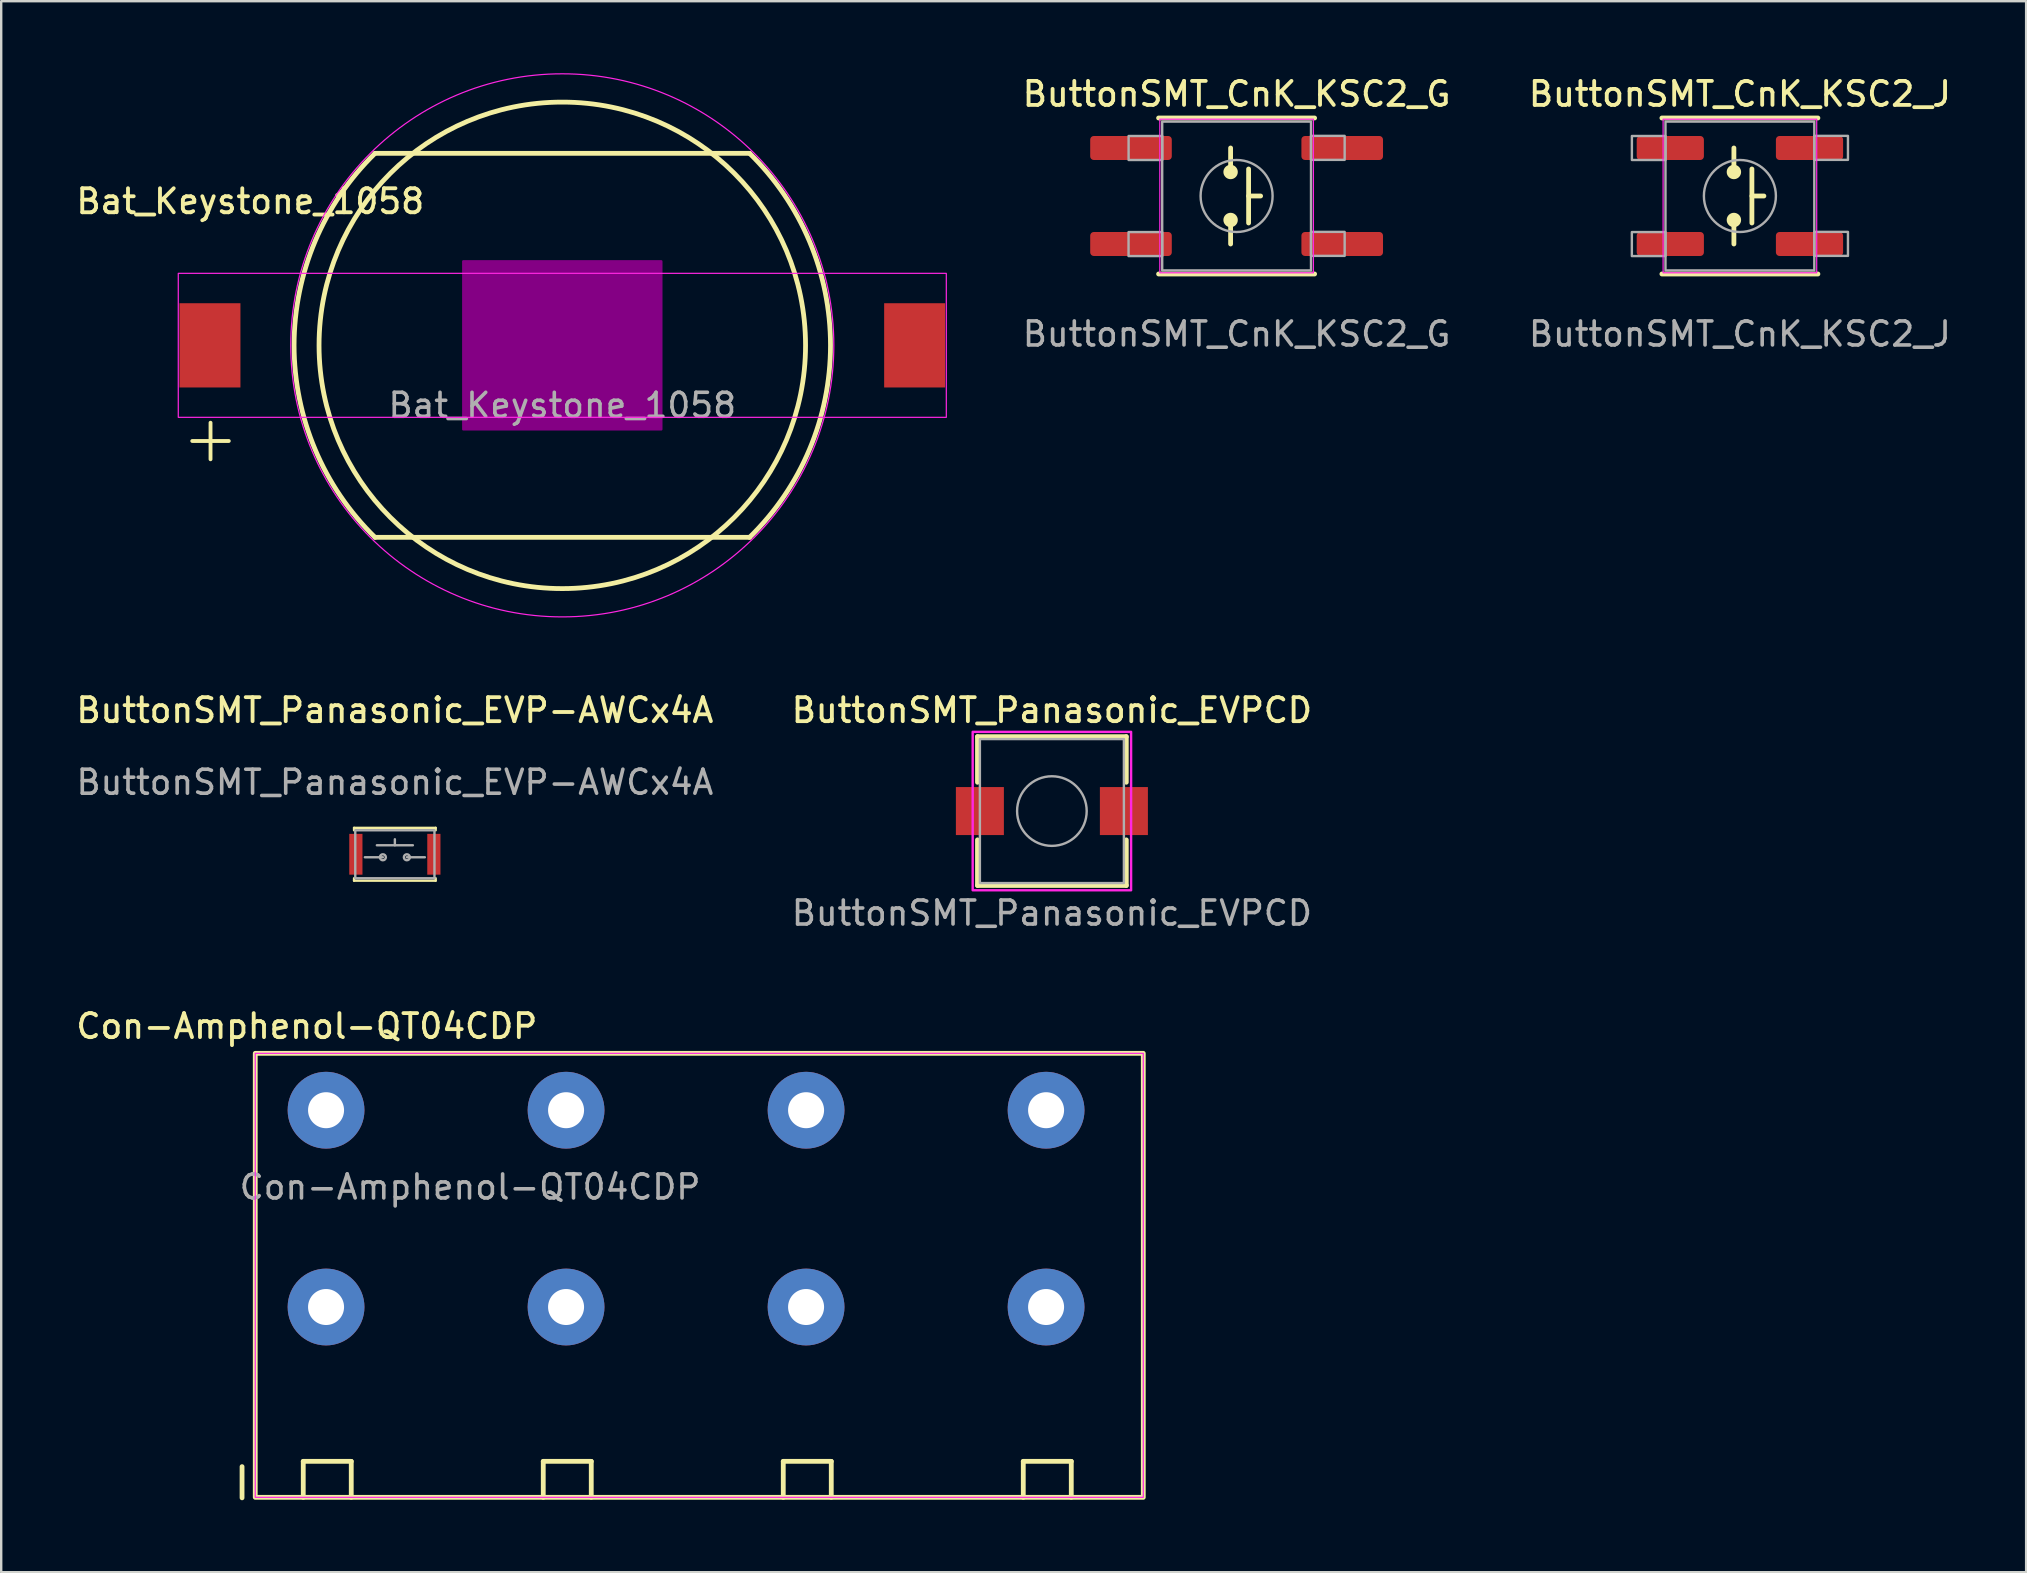
<source format=kicad_pcb>
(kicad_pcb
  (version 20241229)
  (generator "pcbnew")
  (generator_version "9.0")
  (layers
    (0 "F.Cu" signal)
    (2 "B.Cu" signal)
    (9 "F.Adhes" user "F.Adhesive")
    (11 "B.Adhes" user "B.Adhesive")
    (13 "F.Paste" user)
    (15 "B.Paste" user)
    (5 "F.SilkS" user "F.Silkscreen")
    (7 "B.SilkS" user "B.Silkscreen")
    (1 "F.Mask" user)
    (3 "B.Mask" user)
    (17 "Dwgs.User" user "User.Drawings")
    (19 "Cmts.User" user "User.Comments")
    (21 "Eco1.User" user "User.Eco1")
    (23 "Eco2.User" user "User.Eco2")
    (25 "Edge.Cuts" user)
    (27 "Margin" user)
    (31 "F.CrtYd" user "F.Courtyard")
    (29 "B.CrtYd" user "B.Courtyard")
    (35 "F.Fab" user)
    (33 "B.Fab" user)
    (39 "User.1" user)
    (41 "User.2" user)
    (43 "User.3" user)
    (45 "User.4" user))
  (footprint "ButtonSMT_CnK_KSC2_J"
    (layer "F.Cu")
    (at 69.443 5.116)
    (property "Reference" "ButtonSMT_CnK_KSC2_J" (at 0 -4.25 0) (unlocked yes) (layer "F.SilkS") (effects (font (size 1 1) (thickness 0.16))))
    (attr smd)
    (fp_line (start -3.25 -3.25) (end 3.25 -3.25) (stroke (width 0.2) (type solid)) (layer "F.SilkS"))
    (fp_line (start -3.25 3.25) (end 3.25 3.25) (stroke (width 0.2) (type solid)) (layer "F.SilkS"))
    (fp_line (start -0.25 -2) (end -0.25 -1) (stroke (width 0.2) (type solid)) (layer "F.SilkS"))
    (fp_line (start -0.25 2) (end -0.25 1) (stroke (width 0.2) (type solid)) (layer "F.SilkS"))
    (fp_line (start 0.5 -1.125) (end 0.5 1.125) (stroke (width 0.2) (type solid)) (layer "F.SilkS"))
    (fp_line (start 0.5 0) (end 1 0) (stroke (width 0.2) (type solid)) (layer "F.SilkS"))
    (fp_circle (center -0.25 -1) (end -0.5 -1) (stroke (width 0.1) (type solid)) (fill yes) (layer "F.SilkS"))
    (fp_circle (center -0.25 1) (end -0.5 1) (stroke (width 0.1) (type solid)) (fill yes) (layer "F.SilkS"))
    (fp_rect (start -3.2 -3.2) (end 3.2 3.2) (stroke (width 0.05) (type solid)) (fill no) (layer "F.CrtYd"))
    (fp_rect (start -4.502 1.504) (end -3.1 2.504) (stroke (width 0.1) (type default)) (fill no) (layer "F.Fab"))
    (fp_rect (start -4.5 -2.5) (end -3.098 -1.5) (stroke (width 0.1) (type default)) (fill no) (layer "F.Fab"))
    (fp_rect (start -3.1 -3.1) (end 3.1 3.1) (stroke (width 0.1) (type solid)) (fill no) (layer "F.Fab"))
    (fp_rect (start 3.1 -2.505) (end 4.502 -1.505) (stroke (width 0.1) (type default)) (fill no) (layer "F.Fab"))
    (fp_rect (start 3.1 1.496) (end 4.502 2.496) (stroke (width 0.1) (type default)) (fill no) (layer "F.Fab"))
    (fp_circle (center 0 0) (end 1.5 0) (stroke (width 0.1) (type solid)) (fill no) (layer "F.Fab"))
    (fp_text user "${REFERENCE}" (at 0 5.75 0) (unlocked yes) (layer "F.Fab") (effects (font (size 1 1) (thickness 0.15))))
    (pad "1" smd roundrect (at -2.9 -2) (size 2.8 1) (layers "F.Cu" "F.Mask" "F.Paste") (roundrect_rratio 0.15))
    (pad "2" smd roundrect (at -2.9 2) (size 2.8 1) (layers "F.Cu" "F.Mask" "F.Paste") (roundrect_rratio 0.15))
    (pad "3" smd roundrect (at 2.9 -2) (size 2.8 1) (layers "F.Cu" "F.Mask" "F.Paste") (roundrect_rratio 0.15))
    (pad "4" smd roundrect (at 2.9 2) (size 2.8 1) (layers "F.Cu" "F.Mask" "F.Paste") (roundrect_rratio 0.15)))
  (footprint "ButtonSMT_Panasonic_EVPCD"
    (layer "F.Cu")
    (at 40.777 30.743)
    (property "Reference" "ButtonSMT_Panasonic_EVPCD" (at 0 -4.2 0) (unlocked yes) (layer "F.SilkS") (effects (font (size 1 1) (thickness 0.16))))
    (attr smd)
    (fp_line (start -3.1 -3.1) (end 3.1 -3.1) (stroke (width 0.2) (type solid)) (layer "F.SilkS"))
    (fp_line (start -3.1 -1.2) (end -3.1 -3.1) (stroke (width 0.2) (type solid)) (layer "F.SilkS"))
    (fp_line (start -3.1 3.1) (end -3.1 1.2) (stroke (width 0.2) (type solid)) (layer "F.SilkS"))
    (fp_line (start 3.1 -3.1) (end 3.1 -1.2) (stroke (width 0.2) (type solid)) (layer "F.SilkS"))
    (fp_line (start 3.1 1.2) (end 3.1 3.1) (stroke (width 0.2) (type solid)) (layer "F.SilkS"))
    (fp_line (start 3.1 3.1) (end -3.1 3.1) (stroke (width 0.2) (type solid)) (layer "F.SilkS"))
    (fp_rect (start -3.3 -3.3) (end 3.3 3.3) (stroke (width 0.1) (type solid)) (fill no) (layer "F.CrtYd"))
    (fp_rect (start -3 -3) (end 3 3) (stroke (width 0.1) (type default)) (fill no) (layer "F.Fab"))
    (fp_circle (center 0 0) (end 1.45 0) (stroke (width 0.1) (type solid)) (fill no) (layer "F.Fab"))
    (fp_text user "${REFERENCE}" (at 0 4.25 0) (unlocked yes) (layer "F.Fab") (effects (font (size 1 1) (thickness 0.15))))
    (pad "1" smd rect (at -3 0) (size 2 2) (layers "F.Cu" "F.Mask" "F.Paste"))
    (pad "2" smd rect (at 3 0) (size 2 2) (layers "F.Cu" "F.Mask" "F.Paste")))
  (footprint "ButtonSMT_Panasonic_EVP-AWCx4A"
    (layer "F.Cu")
    (at 13.402 32.543)
    (property "Reference" "ButtonSMT_Panasonic_EVP-AWCx4A" (at 0 -6 0) (unlocked yes) (layer "F.SilkS") (effects (font (size 1 1) (thickness 0.16))))
    (attr smd)
    (fp_line (start -1.7 -1.1) (end 1.7 -1.1) (stroke (width 0.1) (type default)) (layer "F.SilkS"))
    (fp_line (start -1.7 -1) (end -1.7 -1.1) (stroke (width 0.1) (type default)) (layer "F.SilkS"))
    (fp_line (start -1.7 1.1) (end -1.7 1) (stroke (width 0.1) (type default)) (layer "F.SilkS"))
    (fp_line (start 1.7 -1.1) (end 1.7 -1) (stroke (width 0.1) (type default)) (layer "F.SilkS"))
    (fp_line (start 1.7 1) (end 1.7 1.1) (stroke (width 0.1) (type default)) (layer "F.SilkS"))
    (fp_line (start 1.7 1.1) (end -1.7 1.1) (stroke (width 0.1) (type default)) (layer "F.SilkS"))
    (fp_line (start -1.25 0.125) (end -0.5 0.125) (stroke (width 0.1) (type default)) (layer "F.Fab"))
    (fp_line (start -0.75 -0.375) (end 0.75 -0.375) (stroke (width 0.1) (type default)) (layer "F.Fab"))
    (fp_line (start 0 -0.375) (end 0 -0.625) (stroke (width 0.1) (type default)) (layer "F.Fab"))
    (fp_line (start 0.5 0.125) (end 1.25 0.125) (stroke (width 0.1) (type default)) (layer "F.Fab"))
    (fp_rect (start -1.65 -1) (end 1.65 1) (stroke (width 0.1) (type solid)) (fill no) (layer "F.Fab"))
    (fp_circle (center -0.5 0.125) (end -0.5 0.25) (stroke (width 0.1) (type solid)) (fill no) (layer "F.Fab"))
    (fp_circle (center 0.5 0.125) (end 0.5 0.25) (stroke (width 0.1) (type solid)) (fill no) (layer "F.Fab"))
    (fp_text user "${REFERENCE}" (at 0 -3 0) (unlocked yes) (layer "F.Fab") (effects (font (size 1 1) (thickness 0.15))))
    (pad "1" smd rect (at -1.625 0) (size 0.55 1.7) (layers "F.Cu" "F.Mask" "F.Paste"))
    (pad "2" smd rect (at 1.625 0) (size 0.55 1.7) (layers "F.Cu" "F.Mask" "F.Paste"))
    (zone (net_name "") (layer "F.Fab") (hatch edge 0.5) (connect_pads) (min_thickness 0.25) (filled_areas_thickness no) (keepout (tracks allowed) (vias not_allowed) (pads allowed) (copperpour allowed) (footprints allowed)) (placement (enabled no)) (fill) (polygon (pts (xy 12.452 31.543) (xy 12.452 33.543) (xy 14.352 33.543) (xy 14.352 31.543)))))
  (footprint "ButtonSMT_CnK_KSC2_G"
    (layer "F.Cu")
    (at 48.473 5.116)
    (property "Reference" "ButtonSMT_CnK_KSC2_G" (at 0 -4.25 0) (unlocked yes) (layer "F.SilkS") (effects (font (size 1 1) (thickness 0.16))))
    (attr smd)
    (fp_line (start -3.25 -3.25) (end 3.25 -3.25) (stroke (width 0.2) (type solid)) (layer "F.SilkS"))
    (fp_line (start -3.25 3.25) (end 3.25 3.25) (stroke (width 0.2) (type solid)) (layer "F.SilkS"))
    (fp_line (start -0.25 -2) (end -0.25 -1) (stroke (width 0.2) (type solid)) (layer "F.SilkS"))
    (fp_line (start -0.25 2) (end -0.25 1) (stroke (width 0.2) (type solid)) (layer "F.SilkS"))
    (fp_line (start 0.5 -1.125) (end 0.5 1.125) (stroke (width 0.2) (type solid)) (layer "F.SilkS"))
    (fp_line (start 0.5 0) (end 1 0) (stroke (width 0.2) (type solid)) (layer "F.SilkS"))
    (fp_circle (center -0.25 -1) (end -0.5 -1) (stroke (width 0.1) (type solid)) (fill yes) (layer "F.SilkS"))
    (fp_circle (center -0.25 1) (end -0.5 1) (stroke (width 0.1) (type solid)) (fill yes) (layer "F.SilkS"))
    (fp_rect (start -3.2 -3.2) (end 3.2 3.2) (stroke (width 0.05) (type solid)) (fill no) (layer "F.CrtYd"))
    (fp_rect (start -4.502 1.504) (end -3.1 2.504) (stroke (width 0.1) (type default)) (fill no) (layer "F.Fab"))
    (fp_rect (start -4.5 -2.5) (end -3.098 -1.5) (stroke (width 0.1) (type default)) (fill no) (layer "F.Fab"))
    (fp_rect (start -3.1 -3.1) (end 3.1 3.1) (stroke (width 0.1) (type solid)) (fill no) (layer "F.Fab"))
    (fp_rect (start 3.1 -2.505) (end 4.502 -1.505) (stroke (width 0.1) (type default)) (fill no) (layer "F.Fab"))
    (fp_rect (start 3.1 1.496) (end 4.502 2.496) (stroke (width 0.1) (type default)) (fill no) (layer "F.Fab"))
    (fp_circle (center 0 0) (end 1.5 0) (stroke (width 0.1) (type solid)) (fill no) (layer "F.Fab"))
    (fp_text user "${REFERENCE}" (at 0 5.75 0) (unlocked yes) (layer "F.Fab") (effects (font (size 1 1) (thickness 0.15))))
    (pad "1" smd roundrect (at -4.4 -2) (size 3.4 1) (layers "F.Cu" "F.Mask" "F.Paste") (roundrect_rratio 0.15))
    (pad "2" smd roundrect (at -4.4 2) (size 3.4 1) (layers "F.Cu" "F.Mask" "F.Paste") (roundrect_rratio 0.15))
    (pad "3" smd roundrect (at 4.4 -2) (size 3.4 1) (layers "F.Cu" "F.Mask" "F.Paste") (roundrect_rratio 0.15))
    (pad "4" smd roundrect (at 4.4 2) (size 3.4 1) (layers "F.Cu" "F.Mask" "F.Paste") (roundrect_rratio 0.15)))
  (footprint "Bat_Keystone_1058"
    (layer "F.Cu")
    (at 20.378 11.339)
    (property "Reference" "Bat_Keystone_1058" (at -13 -6 0) (unlocked yes) (layer "F.SilkS") (effects (font (size 1 1) (thickness 0.16))))
    (attr smd)
    (fp_line (start 7.803 8) (end -7.803 8) (stroke (width 0.2) (type solid)) (layer "F.SilkS"))
    (fp_line (start 7.803 -8) (end -7.803 -8) (stroke (width 0.2) (type solid)) (layer "F.SilkS"))
    (fp_arc (start -7.802604 7.999999) (mid -11.174999 -0.000001) (end -7.802602 -8) (stroke (width 0.2) (type solid)) (layer "F.SilkS"))
    (fp_arc (start 7.802604 -7.999999) (mid 11.174999 0.000001) (end 7.802602 8) (stroke (width 0.2) (type solid)) (layer "F.SilkS"))
    (fp_circle (center 0 0) (end 10.135 0) (stroke (width 0.2) (type solid)) (fill no) (layer "F.SilkS"))
    (fp_rect (start -4.125 -3.5) (end 4.125 3.5) (stroke (width 0.1) (type solid)) (fill yes) (layer "F.Adhes"))
    (fp_rect (start -16 -3) (end 16 3) (stroke (width 0.05) (type default)) (fill no) (layer "F.CrtYd"))
    (fp_circle (center 0 0) (end 8 -8) (stroke (width 0.05) (type default)) (fill no) (layer "F.CrtYd"))
    (fp_line (start -16 -3) (end -11 -3) (stroke (width 0.1) (type default)) (layer "User.1"))
    (fp_line (start -16 3) (end -16 -3) (stroke (width 0.1) (type default)) (layer "User.1"))
    (fp_line (start -11 3) (end -16 3) (stroke (width 0.1) (type default)) (layer "User.1"))
    (fp_line (start 11 -3) (end 16 -3) (stroke (width 0.1) (type default)) (layer "User.1"))
    (fp_line (start 16 -3) (end 16 3) (stroke (width 0.1) (type default)) (layer "User.1"))
    (fp_line (start 16 3) (end 11 3) (stroke (width 0.1) (type default)) (layer "User.1"))
    (fp_circle (center 0 0) (end 5 -10) (stroke (width 0.1) (type default)) (fill no) (layer "User.1"))
    (fp_text user "+" (at -16 5 0) (unlocked yes) (layer "F.SilkS") (effects (font (size 2 2) (thickness 0.16)) (justify left bottom)))
    (fp_text user "${REFERENCE}" (at 0 2.5 0) (unlocked yes) (layer "F.Fab") (effects (font (size 1 1) (thickness 0.15))))
    (pad "1" smd rect (at -14.68 0) (size 2.54 3.51) (layers "F.Cu" "F.Mask" "F.Paste"))
    (pad "2" smd rect (at 14.68 0) (size 2.54 3.51) (layers "F.Cu" "F.Mask" "F.Paste")))
  (footprint "Con-Amphenol-QT04CDP"
    (layer "F.Cu")
    (at 10.535 51.407)
    (property "Reference" "Con-Amphenol-QT04CDP" (at -0.8 -11.7 0) (unlocked yes) (layer "F.SilkS") (effects (font (size 1 1) (thickness 0.16))))
    (attr through_hole)
    (fp_line (start -3.5 6.65) (end -3.5 7.95) (stroke (width 0.2) (type solid)) (layer "F.SilkS"))
    (fp_line (start -0.95 6.43) (end -0.95 7.93) (stroke (width 0.2) (type solid)) (layer "F.SilkS"))
    (fp_line (start -0.95 6.43) (end 1.05 6.43) (stroke (width 0.2) (type solid)) (layer "F.SilkS"))
    (fp_line (start 1.05 7.93) (end 1.05 6.43) (stroke (width 0.2) (type solid)) (layer "F.SilkS"))
    (fp_line (start 9.05 6.43) (end 9.05 7.93) (stroke (width 0.2) (type solid)) (layer "F.SilkS"))
    (fp_line (start 9.05 6.43) (end 11.05 6.43) (stroke (width 0.2) (type solid)) (layer "F.SilkS"))
    (fp_line (start 11.05 7.93) (end 11.05 6.43) (stroke (width 0.2) (type solid)) (layer "F.SilkS"))
    (fp_line (start 19.05 6.43) (end 19.05 7.93) (stroke (width 0.2) (type solid)) (layer "F.SilkS"))
    (fp_line (start 19.05 6.43) (end 21.05 6.43) (stroke (width 0.2) (type solid)) (layer "F.SilkS"))
    (fp_line (start 21.05 7.93) (end 21.05 6.43) (stroke (width 0.2) (type solid)) (layer "F.SilkS"))
    (fp_line (start 29.05 6.43) (end 29.05 7.93) (stroke (width 0.2) (type solid)) (layer "F.SilkS"))
    (fp_line (start 29.05 6.43) (end 31.05 6.43) (stroke (width 0.2) (type solid)) (layer "F.SilkS"))
    (fp_line (start 31.05 7.93) (end 31.05 6.43) (stroke (width 0.2) (type solid)) (layer "F.SilkS"))
    (fp_rect (start -2.95 -10.57) (end 34.05 7.93) (stroke (width 0.2) (type solid)) (fill no) (layer "F.SilkS"))
    (fp_rect (start -2.95 -10.57) (end 34.05 7.93) (stroke (width 0.05) (type solid)) (fill no) (layer "F.CrtYd"))
    (fp_line (start -2.95 6.4) (end -1.45 7.9) (stroke (width 0.1) (type default)) (layer "User.1"))
    (fp_line (start 7.05 -10.57) (end 7.05 7.93) (stroke (width 0.1) (type default)) (layer "User.1"))
    (fp_line (start 17.05 -10.57) (end 17.05 7.93) (stroke (width 0.1) (type default)) (layer "User.1"))
    (fp_line (start 27.05 -10.57) (end 27.05 7.93) (stroke (width 0.1) (type default)) (layer "User.1"))
    (fp_line (start 32.05 -10.57) (end 32.05 7.93) (stroke (width 0.1) (type default)) (layer "User.1"))
    (fp_rect (start -2.95 -10.57) (end 34.05 7.93) (stroke (width 0.1) (type solid)) (fill no) (layer "User.1"))
    (fp_text user "${REFERENCE}" (at 6 -5 0) (unlocked yes) (layer "F.Fab") (effects (font (size 1 1) (thickness 0.15))))
    (pad "1" thru_hole circle (at 0 -8.2) (size 3.2 3.2) (drill 1.5) (layers "*.Cu" "*.Mask"))
    (pad "2" thru_hole circle (at 10 -8.2) (size 3.2 3.2) (drill 1.5) (layers "*.Cu" "*.Mask"))
    (pad "3" thru_hole circle (at 20 -8.2) (size 3.2 3.2) (drill 1.5) (layers "*.Cu" "*.Mask"))
    (pad "4" thru_hole circle (at 30 -8.2) (size 3.2 3.2) (drill 1.5) (layers "*.Cu" "*.Mask"))
    (pad "5" thru_hole circle (at 0 0) (size 3.2 3.2) (drill 1.5) (layers "*.Cu" "*.Mask"))
    (pad "6" thru_hole circle (at 10 0) (size 3.2 3.2) (drill 1.5) (layers "*.Cu" "*.Mask"))
    (pad "7" thru_hole circle (at 20 0) (size 3.2 3.2) (drill 1.5) (layers "*.Cu" "*.Mask"))
    (pad "8" thru_hole circle (at 30 0) (size 3.2 3.2) (drill 1.5) (layers "*.Cu" "*.Mask")))
  (gr_rect
    (start -3 -3)
    (end 81.369 62.457)
    (stroke (width 0.1) (type default))
    (fill no)
    (layer "Edge.Cuts")))
</source>
